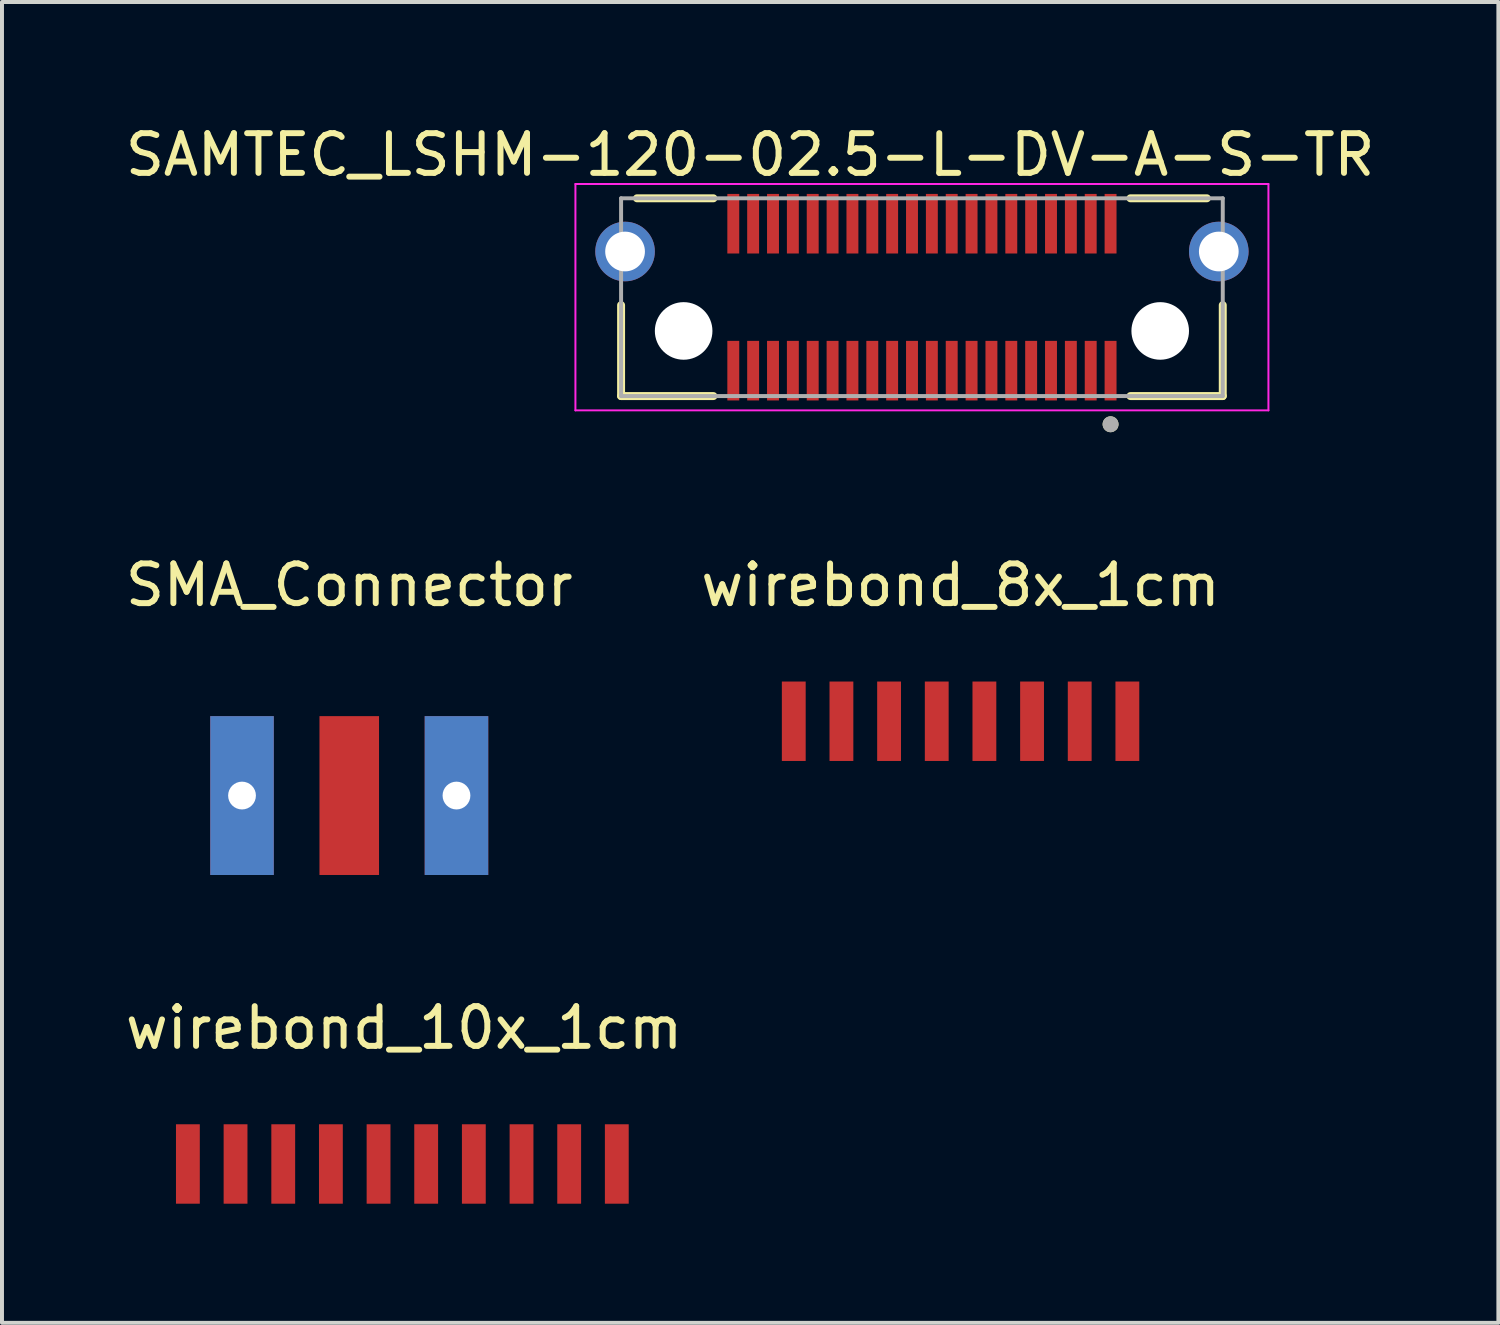
<source format=kicad_pcb>
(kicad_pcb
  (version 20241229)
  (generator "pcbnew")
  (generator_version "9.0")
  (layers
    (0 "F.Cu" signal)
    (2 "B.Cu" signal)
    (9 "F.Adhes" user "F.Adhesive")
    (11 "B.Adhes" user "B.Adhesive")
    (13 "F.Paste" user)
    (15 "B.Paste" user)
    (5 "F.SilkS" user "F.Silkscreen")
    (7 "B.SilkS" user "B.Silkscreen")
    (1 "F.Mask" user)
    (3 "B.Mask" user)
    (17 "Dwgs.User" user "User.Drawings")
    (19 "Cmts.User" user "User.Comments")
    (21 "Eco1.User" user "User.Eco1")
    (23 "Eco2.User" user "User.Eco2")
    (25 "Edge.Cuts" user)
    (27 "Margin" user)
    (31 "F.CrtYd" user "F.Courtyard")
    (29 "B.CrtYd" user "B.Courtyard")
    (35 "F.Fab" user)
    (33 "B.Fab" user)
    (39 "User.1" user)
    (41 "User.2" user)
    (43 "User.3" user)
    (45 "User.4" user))
  (footprint "SMA_Connector"
    (layer "F.Cu")
    (at 5.744 16.982)
    (property "Reference" "SMA_Connector" (at 0 -5.3 0) (layer "F.SilkS") (effects (font (size 1 1) (thickness 0.15))))
    (attr through_hole)
    (pad "1" thru_hole rect (at -2.7 0) (size 1.6 4) (drill 0.7) (layers "*.Cu" "*.Paste" "*.Mask" "Eco1.User"))
    (pad "2" smd rect (at 0 0) (size 1.5 4) (layers "F.Cu" "F.Mask" "F.Paste"))
    (pad "3" thru_hole rect (at 2.7 0) (size 1.6 4) (drill 0.7) (layers "*.Cu" "*.Paste" "*.Mask")))
  (footprint "wirebond_10x_1cm"
    (layer "F.Cu")
    (at 7.125 26.259)
    (property "Reference" "wirebond_10x_1cm" (at 0 -3.429 0) (layer "F.SilkS") (effects (font (size 1 1) (thickness 0.15))))
    (attr through_hole)
    (pad "1" smd rect (at -5.444 0) (size 0.6 2) (layers "F.Cu" "F.Mask" "F.Paste"))
    (pad "2" smd rect (at -4.244 0) (size 0.6 2) (layers "F.Cu" "F.Mask" "F.Paste"))
    (pad "3" smd rect (at -3.043 0) (size 0.6 2) (layers "F.Cu" "F.Mask" "F.Paste"))
    (pad "4" smd rect (at -1.843 0) (size 0.6 2) (layers "F.Cu" "F.Mask" "F.Paste"))
    (pad "5" smd rect (at -0.643 0) (size 0.6 2) (layers "F.Cu" "F.Mask" "F.Paste"))
    (pad "6" smd rect (at 0.556 0) (size 0.6 2) (layers "F.Cu" "F.Mask" "F.Paste"))
    (pad "7" smd rect (at 1.756 0) (size 0.6 2) (layers "F.Cu" "F.Mask" "F.Paste"))
    (pad "8" smd rect (at 2.957 0) (size 0.6 2) (layers "F.Cu" "F.Mask" "F.Paste"))
    (pad "9" smd rect (at 4.157 0) (size 0.6 2) (layers "F.Cu" "F.Mask" "F.Paste"))
    (pad "10" smd rect (at 5.356 0) (size 0.6 2) (layers "F.Cu" "F.Mask" "F.Paste")))
  (footprint "wirebond_8x_1cm"
    (layer "F.Cu")
    (at 21.137 15.111)
    (property "Reference" "wirebond_8x_1cm" (at 0 -3.429 0) (layer "F.SilkS") (effects (font (size 1 1) (thickness 0.15))))
    (attr through_hole)
    (pad "1" smd rect (at -4.2 0) (size 0.6 2) (layers "F.Cu" "F.Mask" "F.Paste"))
    (pad "2" smd rect (at -3 0) (size 0.6 2) (layers "F.Cu" "F.Mask" "F.Paste"))
    (pad "3" smd rect (at -1.8 0) (size 0.6 2) (layers "F.Cu" "F.Mask" "F.Paste"))
    (pad "4" smd rect (at -0.6 0) (size 0.6 2) (layers "F.Cu" "F.Mask" "F.Paste"))
    (pad "5" smd rect (at 0.6 0) (size 0.6 2) (layers "F.Cu" "F.Mask" "F.Paste"))
    (pad "6" smd rect (at 1.8 0) (size 0.6 2) (layers "F.Cu" "F.Mask" "F.Paste"))
    (pad "7" smd rect (at 3 0) (size 0.6 2) (layers "F.Cu" "F.Mask" "F.Paste"))
    (pad "8" smd rect (at 4.2 0) (size 0.6 2) (layers "F.Cu" "F.Mask" "F.Paste")))
  (footprint "SAMTEC_LSHM-120-02.5-L-DV-A-S-TR"
    (layer "F.Cu")
    (at 20.164 4.433)
    (property "Reference" "SAMTEC_LSHM-120-02.5-L-DV-A-S-TR" (at -4.325 -3.585 0) (layer "F.SilkS") (effects (font (size 1 1) (thickness 0.15))))
    (attr smd)
    (fp_line (start -7.575 2.49) (end -7.575 0.2) (stroke (width 0.2) (type solid)) (layer "F.SilkS"))
    (fp_line (start -7.575 2.49) (end -5.25 2.49) (stroke (width 0.2) (type solid)) (layer "F.SilkS"))
    (fp_line (start -5.25 -2.49) (end -7.175 -2.49) (stroke (width 0.2) (type solid)) (layer "F.SilkS"))
    (fp_line (start 5.25 2.49) (end 7.575 2.49) (stroke (width 0.2) (type solid)) (layer "F.SilkS"))
    (fp_line (start 7.175 -2.49) (end 5.25 -2.49) (stroke (width 0.2) (type solid)) (layer "F.SilkS"))
    (fp_line (start 7.575 2.49) (end 7.575 0.2) (stroke (width 0.2) (type solid)) (layer "F.SilkS"))
    (fp_circle (center 4.75 3.2) (end 4.85 3.2) (stroke (width 0.2) (type solid)) (fill no) (layer "F.SilkS"))
    (fp_circle (center -7.475 -1.15) (end -6.975 -1.15) (stroke (width 1) (type solid)) (fill no) (layer "F.Paste"))
    (fp_circle (center 7.475 -1.15) (end 7.975 -1.15) (stroke (width 1) (type solid)) (fill no) (layer "F.Paste"))
    (fp_line (start -8.725 -2.85) (end 8.725 -2.85) (stroke (width 0.05) (type solid)) (layer "F.CrtYd"))
    (fp_line (start -8.725 2.85) (end -8.725 -2.85) (stroke (width 0.05) (type solid)) (layer "F.CrtYd"))
    (fp_line (start 8.725 -2.85) (end 8.725 2.85) (stroke (width 0.05) (type solid)) (layer "F.CrtYd"))
    (fp_line (start 8.725 2.85) (end -8.725 2.85) (stroke (width 0.05) (type solid)) (layer "F.CrtYd"))
    (fp_line (start -7.575 -2.49) (end 7.575 -2.49) (stroke (width 0.1) (type solid)) (layer "F.Fab"))
    (fp_line (start -7.575 2.49) (end -7.575 -2.49) (stroke (width 0.1) (type solid)) (layer "F.Fab"))
    (fp_line (start 7.575 -2.49) (end 7.575 2.49) (stroke (width 0.1) (type solid)) (layer "F.Fab"))
    (fp_line (start 7.575 2.49) (end -7.575 2.49) (stroke (width 0.1) (type solid)) (layer "F.Fab"))
    (fp_circle (center 4.75 3.2) (end 4.85 3.2) (stroke (width 0.2) (type solid)) (fill no) (layer "F.Fab"))
    (pad "" np_thru_hole circle (at -6 0.85) (size 1.45 1.45) (drill 1.45) (layers "*.Cu" "*.Mask"))
    (pad "" np_thru_hole circle (at 6 0.85) (size 1.45 1.45) (drill 1.45) (layers "*.Cu" "*.Mask"))
    (pad "01" smd rect (at 4.75 1.85 90) (size 1.5 0.3) (layers "F.Cu" "F.Mask" "F.Paste"))
    (pad "02" smd rect (at 4.75 -1.85 90) (size 1.5 0.3) (layers "F.Cu" "F.Mask" "F.Paste"))
    (pad "03" smd rect (at 4.25 1.85 90) (size 1.5 0.3) (layers "F.Cu" "F.Mask" "F.Paste"))
    (pad "04" smd rect (at 4.25 -1.85 90) (size 1.5 0.3) (layers "F.Cu" "F.Mask" "F.Paste"))
    (pad "05" smd rect (at 3.75 1.85 90) (size 1.5 0.3) (layers "F.Cu" "F.Mask" "F.Paste"))
    (pad "06" smd rect (at 3.75 -1.85 90) (size 1.5 0.3) (layers "F.Cu" "F.Mask" "F.Paste"))
    (pad "07" smd rect (at 3.25 1.85 90) (size 1.5 0.3) (layers "F.Cu" "F.Mask" "F.Paste"))
    (pad "08" smd rect (at 3.25 -1.85 90) (size 1.5 0.3) (layers "F.Cu" "F.Mask" "F.Paste"))
    (pad "09" smd rect (at 2.75 1.85 90) (size 1.5 0.3) (layers "F.Cu" "F.Mask" "F.Paste"))
    (pad "10" smd rect (at 2.75 -1.85 90) (size 1.5 0.3) (layers "F.Cu" "F.Mask" "F.Paste"))
    (pad "11" smd rect (at 2.25 1.85 90) (size 1.5 0.3) (layers "F.Cu" "F.Mask" "F.Paste"))
    (pad "12" smd rect (at 2.25 -1.85 90) (size 1.5 0.3) (layers "F.Cu" "F.Mask" "F.Paste"))
    (pad "13" smd rect (at 1.75 1.85 90) (size 1.5 0.3) (layers "F.Cu" "F.Mask" "F.Paste"))
    (pad "14" smd rect (at 1.75 -1.85 90) (size 1.5 0.3) (layers "F.Cu" "F.Mask" "F.Paste"))
    (pad "15" smd rect (at 1.25 1.85 90) (size 1.5 0.3) (layers "F.Cu" "F.Mask" "F.Paste"))
    (pad "16" smd rect (at 1.25 -1.85 90) (size 1.5 0.3) (layers "F.Cu" "F.Mask" "F.Paste"))
    (pad "17" smd rect (at 0.75 1.85 90) (size 1.5 0.3) (layers "F.Cu" "F.Mask" "F.Paste"))
    (pad "18" smd rect (at 0.75 -1.85 90) (size 1.5 0.3) (layers "F.Cu" "F.Mask" "F.Paste"))
    (pad "19" smd rect (at 0.25 1.85 90) (size 1.5 0.3) (layers "F.Cu" "F.Mask" "F.Paste"))
    (pad "20" smd rect (at 0.25 -1.85 90) (size 1.5 0.3) (layers "F.Cu" "F.Mask" "F.Paste"))
    (pad "21" smd rect (at -0.25 1.85 90) (size 1.5 0.3) (layers "F.Cu" "F.Mask" "F.Paste"))
    (pad "22" smd rect (at -0.25 -1.85 90) (size 1.5 0.3) (layers "F.Cu" "F.Mask" "F.Paste"))
    (pad "23" smd rect (at -0.75 1.85 90) (size 1.5 0.3) (layers "F.Cu" "F.Mask" "F.Paste"))
    (pad "24" smd rect (at -0.75 -1.85 90) (size 1.5 0.3) (layers "F.Cu" "F.Mask" "F.Paste"))
    (pad "25" smd rect (at -1.25 1.85 90) (size 1.5 0.3) (layers "F.Cu" "F.Mask" "F.Paste"))
    (pad "26" smd rect (at -1.25 -1.85 90) (size 1.5 0.3) (layers "F.Cu" "F.Mask" "F.Paste"))
    (pad "27" smd rect (at -1.75 1.85 90) (size 1.5 0.3) (layers "F.Cu" "F.Mask" "F.Paste"))
    (pad "28" smd rect (at -1.75 -1.85 90) (size 1.5 0.3) (layers "F.Cu" "F.Mask" "F.Paste"))
    (pad "29" smd rect (at -2.25 1.85 90) (size 1.5 0.3) (layers "F.Cu" "F.Mask" "F.Paste"))
    (pad "30" smd rect (at -2.25 -1.85 90) (size 1.5 0.3) (layers "F.Cu" "F.Mask" "F.Paste"))
    (pad "31" smd rect (at -2.75 1.85 90) (size 1.5 0.3) (layers "F.Cu" "F.Mask" "F.Paste"))
    (pad "32" smd rect (at -2.75 -1.85 90) (size 1.5 0.3) (layers "F.Cu" "F.Mask" "F.Paste"))
    (pad "33" smd rect (at -3.25 1.85 90) (size 1.5 0.3) (layers "F.Cu" "F.Mask" "F.Paste"))
    (pad "34" smd rect (at -3.25 -1.85 90) (size 1.5 0.3) (layers "F.Cu" "F.Mask" "F.Paste"))
    (pad "35" smd rect (at -3.75 1.85 90) (size 1.5 0.3) (layers "F.Cu" "F.Mask" "F.Paste"))
    (pad "36" smd rect (at -3.75 -1.85 90) (size 1.5 0.3) (layers "F.Cu" "F.Mask" "F.Paste"))
    (pad "37" smd rect (at -4.25 1.85 90) (size 1.5 0.3) (layers "F.Cu" "F.Mask" "F.Paste"))
    (pad "38" smd rect (at -4.25 -1.85 90) (size 1.5 0.3) (layers "F.Cu" "F.Mask" "F.Paste"))
    (pad "39" smd rect (at -4.75 1.85 90) (size 1.5 0.3) (layers "F.Cu" "F.Mask" "F.Paste"))
    (pad "40" smd rect (at -4.75 -1.85 90) (size 1.5 0.3) (layers "F.Cu" "F.Mask" "F.Paste"))
    (pad "S1" thru_hole circle (at -7.475 -1.15) (size 1.5 1.5) (drill 1) (layers "*.Cu" "*.Mask"))
    (pad "S2" thru_hole circle (at 7.475 -1.15) (size 1.5 1.5) (drill 1) (layers "*.Cu" "*.Mask")))
  (gr_rect
    (start -3 -3)
    (end 34.679 30.259)
    (stroke (width 0.1) (type default))
    (fill no)
    (layer "Edge.Cuts")))
</source>
